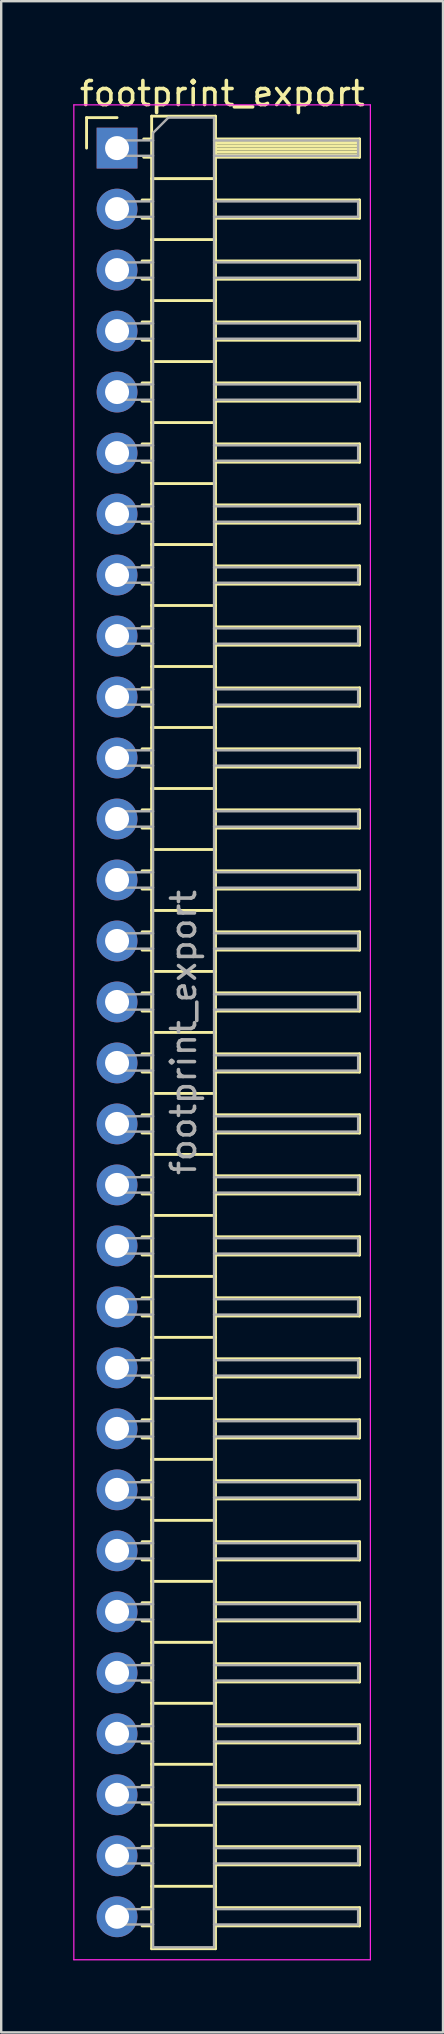
<source format=kicad_pcb>
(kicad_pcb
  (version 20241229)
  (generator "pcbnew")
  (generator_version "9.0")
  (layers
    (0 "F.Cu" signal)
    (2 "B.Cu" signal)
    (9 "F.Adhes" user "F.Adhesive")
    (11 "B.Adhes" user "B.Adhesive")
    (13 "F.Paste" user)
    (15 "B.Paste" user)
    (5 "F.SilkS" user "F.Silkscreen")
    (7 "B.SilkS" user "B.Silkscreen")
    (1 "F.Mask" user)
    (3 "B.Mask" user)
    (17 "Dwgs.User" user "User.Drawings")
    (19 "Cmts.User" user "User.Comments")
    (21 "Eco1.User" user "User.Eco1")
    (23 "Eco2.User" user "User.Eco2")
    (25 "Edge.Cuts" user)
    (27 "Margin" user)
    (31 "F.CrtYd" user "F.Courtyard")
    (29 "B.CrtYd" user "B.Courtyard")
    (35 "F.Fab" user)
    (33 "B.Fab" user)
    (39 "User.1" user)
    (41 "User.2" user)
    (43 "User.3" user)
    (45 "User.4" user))
  (footprint "footprint_export"
    (layer "F.Cu")
    (at 1.825 3.118)
    (property "Reference" "footprint_export" (at 4.385 -2.27 0) (layer "F.SilkS") (effects (font (size 1 1) (thickness 0.15))))
    (attr through_hole)
    (fp_line (start -1.27 -1.27) (end 0 -1.27) (stroke (width 0.12) (type solid)) (layer "F.SilkS"))
    (fp_line (start -1.27 0) (end -1.27 -1.27) (stroke (width 0.12) (type solid)) (layer "F.SilkS"))
    (fp_line (start 1.043 2.16) (end 1.44 2.16) (stroke (width 0.12) (type solid)) (layer "F.SilkS"))
    (fp_line (start 1.043 2.92) (end 1.44 2.92) (stroke (width 0.12) (type solid)) (layer "F.SilkS"))
    (fp_line (start 1.043 4.7) (end 1.44 4.7) (stroke (width 0.12) (type solid)) (layer "F.SilkS"))
    (fp_line (start 1.043 5.46) (end 1.44 5.46) (stroke (width 0.12) (type solid)) (layer "F.SilkS"))
    (fp_line (start 1.043 7.24) (end 1.44 7.24) (stroke (width 0.12) (type solid)) (layer "F.SilkS"))
    (fp_line (start 1.043 8) (end 1.44 8) (stroke (width 0.12) (type solid)) (layer "F.SilkS"))
    (fp_line (start 1.043 9.78) (end 1.44 9.78) (stroke (width 0.12) (type solid)) (layer "F.SilkS"))
    (fp_line (start 1.043 10.54) (end 1.44 10.54) (stroke (width 0.12) (type solid)) (layer "F.SilkS"))
    (fp_line (start 1.043 12.32) (end 1.44 12.32) (stroke (width 0.12) (type solid)) (layer "F.SilkS"))
    (fp_line (start 1.043 13.08) (end 1.44 13.08) (stroke (width 0.12) (type solid)) (layer "F.SilkS"))
    (fp_line (start 1.043 14.86) (end 1.44 14.86) (stroke (width 0.12) (type solid)) (layer "F.SilkS"))
    (fp_line (start 1.043 15.62) (end 1.44 15.62) (stroke (width 0.12) (type solid)) (layer "F.SilkS"))
    (fp_line (start 1.043 17.4) (end 1.44 17.4) (stroke (width 0.12) (type solid)) (layer "F.SilkS"))
    (fp_line (start 1.043 18.16) (end 1.44 18.16) (stroke (width 0.12) (type solid)) (layer "F.SilkS"))
    (fp_line (start 1.043 19.94) (end 1.44 19.94) (stroke (width 0.12) (type solid)) (layer "F.SilkS"))
    (fp_line (start 1.043 20.7) (end 1.44 20.7) (stroke (width 0.12) (type solid)) (layer "F.SilkS"))
    (fp_line (start 1.043 22.48) (end 1.44 22.48) (stroke (width 0.12) (type solid)) (layer "F.SilkS"))
    (fp_line (start 1.043 23.24) (end 1.44 23.24) (stroke (width 0.12) (type solid)) (layer "F.SilkS"))
    (fp_line (start 1.043 25.02) (end 1.44 25.02) (stroke (width 0.12) (type solid)) (layer "F.SilkS"))
    (fp_line (start 1.043 25.78) (end 1.44 25.78) (stroke (width 0.12) (type solid)) (layer "F.SilkS"))
    (fp_line (start 1.043 27.56) (end 1.44 27.56) (stroke (width 0.12) (type solid)) (layer "F.SilkS"))
    (fp_line (start 1.043 28.32) (end 1.44 28.32) (stroke (width 0.12) (type solid)) (layer "F.SilkS"))
    (fp_line (start 1.043 30.1) (end 1.44 30.1) (stroke (width 0.12) (type solid)) (layer "F.SilkS"))
    (fp_line (start 1.043 30.86) (end 1.44 30.86) (stroke (width 0.12) (type solid)) (layer "F.SilkS"))
    (fp_line (start 1.043 32.64) (end 1.44 32.64) (stroke (width 0.12) (type solid)) (layer "F.SilkS"))
    (fp_line (start 1.043 33.4) (end 1.44 33.4) (stroke (width 0.12) (type solid)) (layer "F.SilkS"))
    (fp_line (start 1.043 35.18) (end 1.44 35.18) (stroke (width 0.12) (type solid)) (layer "F.SilkS"))
    (fp_line (start 1.043 35.94) (end 1.44 35.94) (stroke (width 0.12) (type solid)) (layer "F.SilkS"))
    (fp_line (start 1.043 37.72) (end 1.44 37.72) (stroke (width 0.12) (type solid)) (layer "F.SilkS"))
    (fp_line (start 1.043 38.48) (end 1.44 38.48) (stroke (width 0.12) (type solid)) (layer "F.SilkS"))
    (fp_line (start 1.043 40.26) (end 1.44 40.26) (stroke (width 0.12) (type solid)) (layer "F.SilkS"))
    (fp_line (start 1.043 41.02) (end 1.44 41.02) (stroke (width 0.12) (type solid)) (layer "F.SilkS"))
    (fp_line (start 1.043 42.8) (end 1.44 42.8) (stroke (width 0.12) (type solid)) (layer "F.SilkS"))
    (fp_line (start 1.043 43.56) (end 1.44 43.56) (stroke (width 0.12) (type solid)) (layer "F.SilkS"))
    (fp_line (start 1.043 45.34) (end 1.44 45.34) (stroke (width 0.12) (type solid)) (layer "F.SilkS"))
    (fp_line (start 1.043 46.1) (end 1.44 46.1) (stroke (width 0.12) (type solid)) (layer "F.SilkS"))
    (fp_line (start 1.043 47.88) (end 1.44 47.88) (stroke (width 0.12) (type solid)) (layer "F.SilkS"))
    (fp_line (start 1.043 48.64) (end 1.44 48.64) (stroke (width 0.12) (type solid)) (layer "F.SilkS"))
    (fp_line (start 1.043 50.42) (end 1.44 50.42) (stroke (width 0.12) (type solid)) (layer "F.SilkS"))
    (fp_line (start 1.043 51.18) (end 1.44 51.18) (stroke (width 0.12) (type solid)) (layer "F.SilkS"))
    (fp_line (start 1.043 52.96) (end 1.44 52.96) (stroke (width 0.12) (type solid)) (layer "F.SilkS"))
    (fp_line (start 1.043 53.72) (end 1.44 53.72) (stroke (width 0.12) (type solid)) (layer "F.SilkS"))
    (fp_line (start 1.043 55.5) (end 1.44 55.5) (stroke (width 0.12) (type solid)) (layer "F.SilkS"))
    (fp_line (start 1.043 56.26) (end 1.44 56.26) (stroke (width 0.12) (type solid)) (layer "F.SilkS"))
    (fp_line (start 1.043 58.04) (end 1.44 58.04) (stroke (width 0.12) (type solid)) (layer "F.SilkS"))
    (fp_line (start 1.043 58.8) (end 1.44 58.8) (stroke (width 0.12) (type solid)) (layer "F.SilkS"))
    (fp_line (start 1.043 60.58) (end 1.44 60.58) (stroke (width 0.12) (type solid)) (layer "F.SilkS"))
    (fp_line (start 1.043 61.34) (end 1.44 61.34) (stroke (width 0.12) (type solid)) (layer "F.SilkS"))
    (fp_line (start 1.043 63.12) (end 1.44 63.12) (stroke (width 0.12) (type solid)) (layer "F.SilkS"))
    (fp_line (start 1.043 63.88) (end 1.44 63.88) (stroke (width 0.12) (type solid)) (layer "F.SilkS"))
    (fp_line (start 1.043 65.66) (end 1.44 65.66) (stroke (width 0.12) (type solid)) (layer "F.SilkS"))
    (fp_line (start 1.043 66.42) (end 1.44 66.42) (stroke (width 0.12) (type solid)) (layer "F.SilkS"))
    (fp_line (start 1.043 68.2) (end 1.44 68.2) (stroke (width 0.12) (type solid)) (layer "F.SilkS"))
    (fp_line (start 1.043 68.96) (end 1.44 68.96) (stroke (width 0.12) (type solid)) (layer "F.SilkS"))
    (fp_line (start 1.043 70.74) (end 1.44 70.74) (stroke (width 0.12) (type solid)) (layer "F.SilkS"))
    (fp_line (start 1.043 71.5) (end 1.44 71.5) (stroke (width 0.12) (type solid)) (layer "F.SilkS"))
    (fp_line (start 1.043 73.28) (end 1.44 73.28) (stroke (width 0.12) (type solid)) (layer "F.SilkS"))
    (fp_line (start 1.043 74.04) (end 1.44 74.04) (stroke (width 0.12) (type solid)) (layer "F.SilkS"))
    (fp_line (start 1.11 -0.38) (end 1.44 -0.38) (stroke (width 0.12) (type solid)) (layer "F.SilkS"))
    (fp_line (start 1.11 0.38) (end 1.44 0.38) (stroke (width 0.12) (type solid)) (layer "F.SilkS"))
    (fp_line (start 1.44 -1.33) (end 1.44 74.99) (stroke (width 0.12) (type solid)) (layer "F.SilkS"))
    (fp_line (start 1.44 1.27) (end 4.1 1.27) (stroke (width 0.12) (type solid)) (layer "F.SilkS"))
    (fp_line (start 1.44 3.81) (end 4.1 3.81) (stroke (width 0.12) (type solid)) (layer "F.SilkS"))
    (fp_line (start 1.44 6.35) (end 4.1 6.35) (stroke (width 0.12) (type solid)) (layer "F.SilkS"))
    (fp_line (start 1.44 8.89) (end 4.1 8.89) (stroke (width 0.12) (type solid)) (layer "F.SilkS"))
    (fp_line (start 1.44 11.43) (end 4.1 11.43) (stroke (width 0.12) (type solid)) (layer "F.SilkS"))
    (fp_line (start 1.44 13.97) (end 4.1 13.97) (stroke (width 0.12) (type solid)) (layer "F.SilkS"))
    (fp_line (start 1.44 16.51) (end 4.1 16.51) (stroke (width 0.12) (type solid)) (layer "F.SilkS"))
    (fp_line (start 1.44 19.05) (end 4.1 19.05) (stroke (width 0.12) (type solid)) (layer "F.SilkS"))
    (fp_line (start 1.44 21.59) (end 4.1 21.59) (stroke (width 0.12) (type solid)) (layer "F.SilkS"))
    (fp_line (start 1.44 24.13) (end 4.1 24.13) (stroke (width 0.12) (type solid)) (layer "F.SilkS"))
    (fp_line (start 1.44 26.67) (end 4.1 26.67) (stroke (width 0.12) (type solid)) (layer "F.SilkS"))
    (fp_line (start 1.44 29.21) (end 4.1 29.21) (stroke (width 0.12) (type solid)) (layer "F.SilkS"))
    (fp_line (start 1.44 31.75) (end 4.1 31.75) (stroke (width 0.12) (type solid)) (layer "F.SilkS"))
    (fp_line (start 1.44 34.29) (end 4.1 34.29) (stroke (width 0.12) (type solid)) (layer "F.SilkS"))
    (fp_line (start 1.44 36.83) (end 4.1 36.83) (stroke (width 0.12) (type solid)) (layer "F.SilkS"))
    (fp_line (start 1.44 39.37) (end 4.1 39.37) (stroke (width 0.12) (type solid)) (layer "F.SilkS"))
    (fp_line (start 1.44 41.91) (end 4.1 41.91) (stroke (width 0.12) (type solid)) (layer "F.SilkS"))
    (fp_line (start 1.44 44.45) (end 4.1 44.45) (stroke (width 0.12) (type solid)) (layer "F.SilkS"))
    (fp_line (start 1.44 46.99) (end 4.1 46.99) (stroke (width 0.12) (type solid)) (layer "F.SilkS"))
    (fp_line (start 1.44 49.53) (end 4.1 49.53) (stroke (width 0.12) (type solid)) (layer "F.SilkS"))
    (fp_line (start 1.44 52.07) (end 4.1 52.07) (stroke (width 0.12) (type solid)) (layer "F.SilkS"))
    (fp_line (start 1.44 54.61) (end 4.1 54.61) (stroke (width 0.12) (type solid)) (layer "F.SilkS"))
    (fp_line (start 1.44 57.15) (end 4.1 57.15) (stroke (width 0.12) (type solid)) (layer "F.SilkS"))
    (fp_line (start 1.44 59.69) (end 4.1 59.69) (stroke (width 0.12) (type solid)) (layer "F.SilkS"))
    (fp_line (start 1.44 62.23) (end 4.1 62.23) (stroke (width 0.12) (type solid)) (layer "F.SilkS"))
    (fp_line (start 1.44 64.77) (end 4.1 64.77) (stroke (width 0.12) (type solid)) (layer "F.SilkS"))
    (fp_line (start 1.44 67.31) (end 4.1 67.31) (stroke (width 0.12) (type solid)) (layer "F.SilkS"))
    (fp_line (start 1.44 69.85) (end 4.1 69.85) (stroke (width 0.12) (type solid)) (layer "F.SilkS"))
    (fp_line (start 1.44 72.39) (end 4.1 72.39) (stroke (width 0.12) (type solid)) (layer "F.SilkS"))
    (fp_line (start 1.44 74.99) (end 4.1 74.99) (stroke (width 0.12) (type solid)) (layer "F.SilkS"))
    (fp_line (start 4.1 -1.33) (end 1.44 -1.33) (stroke (width 0.12) (type solid)) (layer "F.SilkS"))
    (fp_line (start 4.1 -0.38) (end 10.1 -0.38) (stroke (width 0.12) (type solid)) (layer "F.SilkS"))
    (fp_line (start 4.1 -0.32) (end 10.1 -0.32) (stroke (width 0.12) (type solid)) (layer "F.SilkS"))
    (fp_line (start 4.1 -0.2) (end 10.1 -0.2) (stroke (width 0.12) (type solid)) (layer "F.SilkS"))
    (fp_line (start 4.1 -0.08) (end 10.1 -0.08) (stroke (width 0.12) (type solid)) (layer "F.SilkS"))
    (fp_line (start 4.1 0.04) (end 10.1 0.04) (stroke (width 0.12) (type solid)) (layer "F.SilkS"))
    (fp_line (start 4.1 0.16) (end 10.1 0.16) (stroke (width 0.12) (type solid)) (layer "F.SilkS"))
    (fp_line (start 4.1 0.28) (end 10.1 0.28) (stroke (width 0.12) (type solid)) (layer "F.SilkS"))
    (fp_line (start 4.1 2.16) (end 10.1 2.16) (stroke (width 0.12) (type solid)) (layer "F.SilkS"))
    (fp_line (start 4.1 4.7) (end 10.1 4.7) (stroke (width 0.12) (type solid)) (layer "F.SilkS"))
    (fp_line (start 4.1 7.24) (end 10.1 7.24) (stroke (width 0.12) (type solid)) (layer "F.SilkS"))
    (fp_line (start 4.1 9.78) (end 10.1 9.78) (stroke (width 0.12) (type solid)) (layer "F.SilkS"))
    (fp_line (start 4.1 12.32) (end 10.1 12.32) (stroke (width 0.12) (type solid)) (layer "F.SilkS"))
    (fp_line (start 4.1 14.86) (end 10.1 14.86) (stroke (width 0.12) (type solid)) (layer "F.SilkS"))
    (fp_line (start 4.1 17.4) (end 10.1 17.4) (stroke (width 0.12) (type solid)) (layer "F.SilkS"))
    (fp_line (start 4.1 19.94) (end 10.1 19.94) (stroke (width 0.12) (type solid)) (layer "F.SilkS"))
    (fp_line (start 4.1 22.48) (end 10.1 22.48) (stroke (width 0.12) (type solid)) (layer "F.SilkS"))
    (fp_line (start 4.1 25.02) (end 10.1 25.02) (stroke (width 0.12) (type solid)) (layer "F.SilkS"))
    (fp_line (start 4.1 27.56) (end 10.1 27.56) (stroke (width 0.12) (type solid)) (layer "F.SilkS"))
    (fp_line (start 4.1 30.1) (end 10.1 30.1) (stroke (width 0.12) (type solid)) (layer "F.SilkS"))
    (fp_line (start 4.1 32.64) (end 10.1 32.64) (stroke (width 0.12) (type solid)) (layer "F.SilkS"))
    (fp_line (start 4.1 35.18) (end 10.1 35.18) (stroke (width 0.12) (type solid)) (layer "F.SilkS"))
    (fp_line (start 4.1 37.72) (end 10.1 37.72) (stroke (width 0.12) (type solid)) (layer "F.SilkS"))
    (fp_line (start 4.1 40.26) (end 10.1 40.26) (stroke (width 0.12) (type solid)) (layer "F.SilkS"))
    (fp_line (start 4.1 42.8) (end 10.1 42.8) (stroke (width 0.12) (type solid)) (layer "F.SilkS"))
    (fp_line (start 4.1 45.34) (end 10.1 45.34) (stroke (width 0.12) (type solid)) (layer "F.SilkS"))
    (fp_line (start 4.1 47.88) (end 10.1 47.88) (stroke (width 0.12) (type solid)) (layer "F.SilkS"))
    (fp_line (start 4.1 50.42) (end 10.1 50.42) (stroke (width 0.12) (type solid)) (layer "F.SilkS"))
    (fp_line (start 4.1 52.96) (end 10.1 52.96) (stroke (width 0.12) (type solid)) (layer "F.SilkS"))
    (fp_line (start 4.1 55.5) (end 10.1 55.5) (stroke (width 0.12) (type solid)) (layer "F.SilkS"))
    (fp_line (start 4.1 58.04) (end 10.1 58.04) (stroke (width 0.12) (type solid)) (layer "F.SilkS"))
    (fp_line (start 4.1 60.58) (end 10.1 60.58) (stroke (width 0.12) (type solid)) (layer "F.SilkS"))
    (fp_line (start 4.1 63.12) (end 10.1 63.12) (stroke (width 0.12) (type solid)) (layer "F.SilkS"))
    (fp_line (start 4.1 65.66) (end 10.1 65.66) (stroke (width 0.12) (type solid)) (layer "F.SilkS"))
    (fp_line (start 4.1 68.2) (end 10.1 68.2) (stroke (width 0.12) (type solid)) (layer "F.SilkS"))
    (fp_line (start 4.1 70.74) (end 10.1 70.74) (stroke (width 0.12) (type solid)) (layer "F.SilkS"))
    (fp_line (start 4.1 73.28) (end 10.1 73.28) (stroke (width 0.12) (type solid)) (layer "F.SilkS"))
    (fp_line (start 4.1 74.99) (end 4.1 -1.33) (stroke (width 0.12) (type solid)) (layer "F.SilkS"))
    (fp_line (start 10.1 -0.38) (end 10.1 0.38) (stroke (width 0.12) (type solid)) (layer "F.SilkS"))
    (fp_line (start 10.1 0.38) (end 4.1 0.38) (stroke (width 0.12) (type solid)) (layer "F.SilkS"))
    (fp_line (start 10.1 2.16) (end 10.1 2.92) (stroke (width 0.12) (type solid)) (layer "F.SilkS"))
    (fp_line (start 10.1 2.92) (end 4.1 2.92) (stroke (width 0.12) (type solid)) (layer "F.SilkS"))
    (fp_line (start 10.1 4.7) (end 10.1 5.46) (stroke (width 0.12) (type solid)) (layer "F.SilkS"))
    (fp_line (start 10.1 5.46) (end 4.1 5.46) (stroke (width 0.12) (type solid)) (layer "F.SilkS"))
    (fp_line (start 10.1 7.24) (end 10.1 8) (stroke (width 0.12) (type solid)) (layer "F.SilkS"))
    (fp_line (start 10.1 8) (end 4.1 8) (stroke (width 0.12) (type solid)) (layer "F.SilkS"))
    (fp_line (start 10.1 9.78) (end 10.1 10.54) (stroke (width 0.12) (type solid)) (layer "F.SilkS"))
    (fp_line (start 10.1 10.54) (end 4.1 10.54) (stroke (width 0.12) (type solid)) (layer "F.SilkS"))
    (fp_line (start 10.1 12.32) (end 10.1 13.08) (stroke (width 0.12) (type solid)) (layer "F.SilkS"))
    (fp_line (start 10.1 13.08) (end 4.1 13.08) (stroke (width 0.12) (type solid)) (layer "F.SilkS"))
    (fp_line (start 10.1 14.86) (end 10.1 15.62) (stroke (width 0.12) (type solid)) (layer "F.SilkS"))
    (fp_line (start 10.1 15.62) (end 4.1 15.62) (stroke (width 0.12) (type solid)) (layer "F.SilkS"))
    (fp_line (start 10.1 17.4) (end 10.1 18.16) (stroke (width 0.12) (type solid)) (layer "F.SilkS"))
    (fp_line (start 10.1 18.16) (end 4.1 18.16) (stroke (width 0.12) (type solid)) (layer "F.SilkS"))
    (fp_line (start 10.1 19.94) (end 10.1 20.7) (stroke (width 0.12) (type solid)) (layer "F.SilkS"))
    (fp_line (start 10.1 20.7) (end 4.1 20.7) (stroke (width 0.12) (type solid)) (layer "F.SilkS"))
    (fp_line (start 10.1 22.48) (end 10.1 23.24) (stroke (width 0.12) (type solid)) (layer "F.SilkS"))
    (fp_line (start 10.1 23.24) (end 4.1 23.24) (stroke (width 0.12) (type solid)) (layer "F.SilkS"))
    (fp_line (start 10.1 25.02) (end 10.1 25.78) (stroke (width 0.12) (type solid)) (layer "F.SilkS"))
    (fp_line (start 10.1 25.78) (end 4.1 25.78) (stroke (width 0.12) (type solid)) (layer "F.SilkS"))
    (fp_line (start 10.1 27.56) (end 10.1 28.32) (stroke (width 0.12) (type solid)) (layer "F.SilkS"))
    (fp_line (start 10.1 28.32) (end 4.1 28.32) (stroke (width 0.12) (type solid)) (layer "F.SilkS"))
    (fp_line (start 10.1 30.1) (end 10.1 30.86) (stroke (width 0.12) (type solid)) (layer "F.SilkS"))
    (fp_line (start 10.1 30.86) (end 4.1 30.86) (stroke (width 0.12) (type solid)) (layer "F.SilkS"))
    (fp_line (start 10.1 32.64) (end 10.1 33.4) (stroke (width 0.12) (type solid)) (layer "F.SilkS"))
    (fp_line (start 10.1 33.4) (end 4.1 33.4) (stroke (width 0.12) (type solid)) (layer "F.SilkS"))
    (fp_line (start 10.1 35.18) (end 10.1 35.94) (stroke (width 0.12) (type solid)) (layer "F.SilkS"))
    (fp_line (start 10.1 35.94) (end 4.1 35.94) (stroke (width 0.12) (type solid)) (layer "F.SilkS"))
    (fp_line (start 10.1 37.72) (end 10.1 38.48) (stroke (width 0.12) (type solid)) (layer "F.SilkS"))
    (fp_line (start 10.1 38.48) (end 4.1 38.48) (stroke (width 0.12) (type solid)) (layer "F.SilkS"))
    (fp_line (start 10.1 40.26) (end 10.1 41.02) (stroke (width 0.12) (type solid)) (layer "F.SilkS"))
    (fp_line (start 10.1 41.02) (end 4.1 41.02) (stroke (width 0.12) (type solid)) (layer "F.SilkS"))
    (fp_line (start 10.1 42.8) (end 10.1 43.56) (stroke (width 0.12) (type solid)) (layer "F.SilkS"))
    (fp_line (start 10.1 43.56) (end 4.1 43.56) (stroke (width 0.12) (type solid)) (layer "F.SilkS"))
    (fp_line (start 10.1 45.34) (end 10.1 46.1) (stroke (width 0.12) (type solid)) (layer "F.SilkS"))
    (fp_line (start 10.1 46.1) (end 4.1 46.1) (stroke (width 0.12) (type solid)) (layer "F.SilkS"))
    (fp_line (start 10.1 47.88) (end 10.1 48.64) (stroke (width 0.12) (type solid)) (layer "F.SilkS"))
    (fp_line (start 10.1 48.64) (end 4.1 48.64) (stroke (width 0.12) (type solid)) (layer "F.SilkS"))
    (fp_line (start 10.1 50.42) (end 10.1 51.18) (stroke (width 0.12) (type solid)) (layer "F.SilkS"))
    (fp_line (start 10.1 51.18) (end 4.1 51.18) (stroke (width 0.12) (type solid)) (layer "F.SilkS"))
    (fp_line (start 10.1 52.96) (end 10.1 53.72) (stroke (width 0.12) (type solid)) (layer "F.SilkS"))
    (fp_line (start 10.1 53.72) (end 4.1 53.72) (stroke (width 0.12) (type solid)) (layer "F.SilkS"))
    (fp_line (start 10.1 55.5) (end 10.1 56.26) (stroke (width 0.12) (type solid)) (layer "F.SilkS"))
    (fp_line (start 10.1 56.26) (end 4.1 56.26) (stroke (width 0.12) (type solid)) (layer "F.SilkS"))
    (fp_line (start 10.1 58.04) (end 10.1 58.8) (stroke (width 0.12) (type solid)) (layer "F.SilkS"))
    (fp_line (start 10.1 58.8) (end 4.1 58.8) (stroke (width 0.12) (type solid)) (layer "F.SilkS"))
    (fp_line (start 10.1 60.58) (end 10.1 61.34) (stroke (width 0.12) (type solid)) (layer "F.SilkS"))
    (fp_line (start 10.1 61.34) (end 4.1 61.34) (stroke (width 0.12) (type solid)) (layer "F.SilkS"))
    (fp_line (start 10.1 63.12) (end 10.1 63.88) (stroke (width 0.12) (type solid)) (layer "F.SilkS"))
    (fp_line (start 10.1 63.88) (end 4.1 63.88) (stroke (width 0.12) (type solid)) (layer "F.SilkS"))
    (fp_line (start 10.1 65.66) (end 10.1 66.42) (stroke (width 0.12) (type solid)) (layer "F.SilkS"))
    (fp_line (start 10.1 66.42) (end 4.1 66.42) (stroke (width 0.12) (type solid)) (layer "F.SilkS"))
    (fp_line (start 10.1 68.2) (end 10.1 68.96) (stroke (width 0.12) (type solid)) (layer "F.SilkS"))
    (fp_line (start 10.1 68.96) (end 4.1 68.96) (stroke (width 0.12) (type solid)) (layer "F.SilkS"))
    (fp_line (start 10.1 70.74) (end 10.1 71.5) (stroke (width 0.12) (type solid)) (layer "F.SilkS"))
    (fp_line (start 10.1 71.5) (end 4.1 71.5) (stroke (width 0.12) (type solid)) (layer "F.SilkS"))
    (fp_line (start 10.1 73.28) (end 10.1 74.04) (stroke (width 0.12) (type solid)) (layer "F.SilkS"))
    (fp_line (start 10.1 74.04) (end 4.1 74.04) (stroke (width 0.12) (type solid)) (layer "F.SilkS"))
    (fp_line (start -1.8 -1.8) (end -1.8 75.45) (stroke (width 0.05) (type solid)) (layer "F.CrtYd"))
    (fp_line (start -1.8 75.45) (end 10.55 75.45) (stroke (width 0.05) (type solid)) (layer "F.CrtYd"))
    (fp_line (start 10.55 -1.8) (end -1.8 -1.8) (stroke (width 0.05) (type solid)) (layer "F.CrtYd"))
    (fp_line (start 10.55 75.45) (end 10.55 -1.8) (stroke (width 0.05) (type solid)) (layer "F.CrtYd"))
    (fp_line (start -0.32 -0.32) (end -0.32 0.32) (stroke (width 0.1) (type solid)) (layer "F.Fab"))
    (fp_line (start -0.32 -0.32) (end 1.5 -0.32) (stroke (width 0.1) (type solid)) (layer "F.Fab"))
    (fp_line (start -0.32 0.32) (end 1.5 0.32) (stroke (width 0.1) (type solid)) (layer "F.Fab"))
    (fp_line (start -0.32 2.22) (end -0.32 2.86) (stroke (width 0.1) (type solid)) (layer "F.Fab"))
    (fp_line (start -0.32 2.22) (end 1.5 2.22) (stroke (width 0.1) (type solid)) (layer "F.Fab"))
    (fp_line (start -0.32 2.86) (end 1.5 2.86) (stroke (width 0.1) (type solid)) (layer "F.Fab"))
    (fp_line (start -0.32 4.76) (end -0.32 5.4) (stroke (width 0.1) (type solid)) (layer "F.Fab"))
    (fp_line (start -0.32 4.76) (end 1.5 4.76) (stroke (width 0.1) (type solid)) (layer "F.Fab"))
    (fp_line (start -0.32 5.4) (end 1.5 5.4) (stroke (width 0.1) (type solid)) (layer "F.Fab"))
    (fp_line (start -0.32 7.3) (end -0.32 7.94) (stroke (width 0.1) (type solid)) (layer "F.Fab"))
    (fp_line (start -0.32 7.3) (end 1.5 7.3) (stroke (width 0.1) (type solid)) (layer "F.Fab"))
    (fp_line (start -0.32 7.94) (end 1.5 7.94) (stroke (width 0.1) (type solid)) (layer "F.Fab"))
    (fp_line (start -0.32 9.84) (end -0.32 10.48) (stroke (width 0.1) (type solid)) (layer "F.Fab"))
    (fp_line (start -0.32 9.84) (end 1.5 9.84) (stroke (width 0.1) (type solid)) (layer "F.Fab"))
    (fp_line (start -0.32 10.48) (end 1.5 10.48) (stroke (width 0.1) (type solid)) (layer "F.Fab"))
    (fp_line (start -0.32 12.38) (end -0.32 13.02) (stroke (width 0.1) (type solid)) (layer "F.Fab"))
    (fp_line (start -0.32 12.38) (end 1.5 12.38) (stroke (width 0.1) (type solid)) (layer "F.Fab"))
    (fp_line (start -0.32 13.02) (end 1.5 13.02) (stroke (width 0.1) (type solid)) (layer "F.Fab"))
    (fp_line (start -0.32 14.92) (end -0.32 15.56) (stroke (width 0.1) (type solid)) (layer "F.Fab"))
    (fp_line (start -0.32 14.92) (end 1.5 14.92) (stroke (width 0.1) (type solid)) (layer "F.Fab"))
    (fp_line (start -0.32 15.56) (end 1.5 15.56) (stroke (width 0.1) (type solid)) (layer "F.Fab"))
    (fp_line (start -0.32 17.46) (end -0.32 18.1) (stroke (width 0.1) (type solid)) (layer "F.Fab"))
    (fp_line (start -0.32 17.46) (end 1.5 17.46) (stroke (width 0.1) (type solid)) (layer "F.Fab"))
    (fp_line (start -0.32 18.1) (end 1.5 18.1) (stroke (width 0.1) (type solid)) (layer "F.Fab"))
    (fp_line (start -0.32 20) (end -0.32 20.64) (stroke (width 0.1) (type solid)) (layer "F.Fab"))
    (fp_line (start -0.32 20) (end 1.5 20) (stroke (width 0.1) (type solid)) (layer "F.Fab"))
    (fp_line (start -0.32 20.64) (end 1.5 20.64) (stroke (width 0.1) (type solid)) (layer "F.Fab"))
    (fp_line (start -0.32 22.54) (end -0.32 23.18) (stroke (width 0.1) (type solid)) (layer "F.Fab"))
    (fp_line (start -0.32 22.54) (end 1.5 22.54) (stroke (width 0.1) (type solid)) (layer "F.Fab"))
    (fp_line (start -0.32 23.18) (end 1.5 23.18) (stroke (width 0.1) (type solid)) (layer "F.Fab"))
    (fp_line (start -0.32 25.08) (end -0.32 25.72) (stroke (width 0.1) (type solid)) (layer "F.Fab"))
    (fp_line (start -0.32 25.08) (end 1.5 25.08) (stroke (width 0.1) (type solid)) (layer "F.Fab"))
    (fp_line (start -0.32 25.72) (end 1.5 25.72) (stroke (width 0.1) (type solid)) (layer "F.Fab"))
    (fp_line (start -0.32 27.62) (end -0.32 28.26) (stroke (width 0.1) (type solid)) (layer "F.Fab"))
    (fp_line (start -0.32 27.62) (end 1.5 27.62) (stroke (width 0.1) (type solid)) (layer "F.Fab"))
    (fp_line (start -0.32 28.26) (end 1.5 28.26) (stroke (width 0.1) (type solid)) (layer "F.Fab"))
    (fp_line (start -0.32 30.16) (end -0.32 30.8) (stroke (width 0.1) (type solid)) (layer "F.Fab"))
    (fp_line (start -0.32 30.16) (end 1.5 30.16) (stroke (width 0.1) (type solid)) (layer "F.Fab"))
    (fp_line (start -0.32 30.8) (end 1.5 30.8) (stroke (width 0.1) (type solid)) (layer "F.Fab"))
    (fp_line (start -0.32 32.7) (end -0.32 33.34) (stroke (width 0.1) (type solid)) (layer "F.Fab"))
    (fp_line (start -0.32 32.7) (end 1.5 32.7) (stroke (width 0.1) (type solid)) (layer "F.Fab"))
    (fp_line (start -0.32 33.34) (end 1.5 33.34) (stroke (width 0.1) (type solid)) (layer "F.Fab"))
    (fp_line (start -0.32 35.24) (end -0.32 35.88) (stroke (width 0.1) (type solid)) (layer "F.Fab"))
    (fp_line (start -0.32 35.24) (end 1.5 35.24) (stroke (width 0.1) (type solid)) (layer "F.Fab"))
    (fp_line (start -0.32 35.88) (end 1.5 35.88) (stroke (width 0.1) (type solid)) (layer "F.Fab"))
    (fp_line (start -0.32 37.78) (end -0.32 38.42) (stroke (width 0.1) (type solid)) (layer "F.Fab"))
    (fp_line (start -0.32 37.78) (end 1.5 37.78) (stroke (width 0.1) (type solid)) (layer "F.Fab"))
    (fp_line (start -0.32 38.42) (end 1.5 38.42) (stroke (width 0.1) (type solid)) (layer "F.Fab"))
    (fp_line (start -0.32 40.32) (end -0.32 40.96) (stroke (width 0.1) (type solid)) (layer "F.Fab"))
    (fp_line (start -0.32 40.32) (end 1.5 40.32) (stroke (width 0.1) (type solid)) (layer "F.Fab"))
    (fp_line (start -0.32 40.96) (end 1.5 40.96) (stroke (width 0.1) (type solid)) (layer "F.Fab"))
    (fp_line (start -0.32 42.86) (end -0.32 43.5) (stroke (width 0.1) (type solid)) (layer "F.Fab"))
    (fp_line (start -0.32 42.86) (end 1.5 42.86) (stroke (width 0.1) (type solid)) (layer "F.Fab"))
    (fp_line (start -0.32 43.5) (end 1.5 43.5) (stroke (width 0.1) (type solid)) (layer "F.Fab"))
    (fp_line (start -0.32 45.4) (end -0.32 46.04) (stroke (width 0.1) (type solid)) (layer "F.Fab"))
    (fp_line (start -0.32 45.4) (end 1.5 45.4) (stroke (width 0.1) (type solid)) (layer "F.Fab"))
    (fp_line (start -0.32 46.04) (end 1.5 46.04) (stroke (width 0.1) (type solid)) (layer "F.Fab"))
    (fp_line (start -0.32 47.94) (end -0.32 48.58) (stroke (width 0.1) (type solid)) (layer "F.Fab"))
    (fp_line (start -0.32 47.94) (end 1.5 47.94) (stroke (width 0.1) (type solid)) (layer "F.Fab"))
    (fp_line (start -0.32 48.58) (end 1.5 48.58) (stroke (width 0.1) (type solid)) (layer "F.Fab"))
    (fp_line (start -0.32 50.48) (end -0.32 51.12) (stroke (width 0.1) (type solid)) (layer "F.Fab"))
    (fp_line (start -0.32 50.48) (end 1.5 50.48) (stroke (width 0.1) (type solid)) (layer "F.Fab"))
    (fp_line (start -0.32 51.12) (end 1.5 51.12) (stroke (width 0.1) (type solid)) (layer "F.Fab"))
    (fp_line (start -0.32 53.02) (end -0.32 53.66) (stroke (width 0.1) (type solid)) (layer "F.Fab"))
    (fp_line (start -0.32 53.02) (end 1.5 53.02) (stroke (width 0.1) (type solid)) (layer "F.Fab"))
    (fp_line (start -0.32 53.66) (end 1.5 53.66) (stroke (width 0.1) (type solid)) (layer "F.Fab"))
    (fp_line (start -0.32 55.56) (end -0.32 56.2) (stroke (width 0.1) (type solid)) (layer "F.Fab"))
    (fp_line (start -0.32 55.56) (end 1.5 55.56) (stroke (width 0.1) (type solid)) (layer "F.Fab"))
    (fp_line (start -0.32 56.2) (end 1.5 56.2) (stroke (width 0.1) (type solid)) (layer "F.Fab"))
    (fp_line (start -0.32 58.1) (end -0.32 58.74) (stroke (width 0.1) (type solid)) (layer "F.Fab"))
    (fp_line (start -0.32 58.1) (end 1.5 58.1) (stroke (width 0.1) (type solid)) (layer "F.Fab"))
    (fp_line (start -0.32 58.74) (end 1.5 58.74) (stroke (width 0.1) (type solid)) (layer "F.Fab"))
    (fp_line (start -0.32 60.64) (end -0.32 61.28) (stroke (width 0.1) (type solid)) (layer "F.Fab"))
    (fp_line (start -0.32 60.64) (end 1.5 60.64) (stroke (width 0.1) (type solid)) (layer "F.Fab"))
    (fp_line (start -0.32 61.28) (end 1.5 61.28) (stroke (width 0.1) (type solid)) (layer "F.Fab"))
    (fp_line (start -0.32 63.18) (end -0.32 63.82) (stroke (width 0.1) (type solid)) (layer "F.Fab"))
    (fp_line (start -0.32 63.18) (end 1.5 63.18) (stroke (width 0.1) (type solid)) (layer "F.Fab"))
    (fp_line (start -0.32 63.82) (end 1.5 63.82) (stroke (width 0.1) (type solid)) (layer "F.Fab"))
    (fp_line (start -0.32 65.72) (end -0.32 66.36) (stroke (width 0.1) (type solid)) (layer "F.Fab"))
    (fp_line (start -0.32 65.72) (end 1.5 65.72) (stroke (width 0.1) (type solid)) (layer "F.Fab"))
    (fp_line (start -0.32 66.36) (end 1.5 66.36) (stroke (width 0.1) (type solid)) (layer "F.Fab"))
    (fp_line (start -0.32 68.26) (end -0.32 68.9) (stroke (width 0.1) (type solid)) (layer "F.Fab"))
    (fp_line (start -0.32 68.26) (end 1.5 68.26) (stroke (width 0.1) (type solid)) (layer "F.Fab"))
    (fp_line (start -0.32 68.9) (end 1.5 68.9) (stroke (width 0.1) (type solid)) (layer "F.Fab"))
    (fp_line (start -0.32 70.8) (end -0.32 71.44) (stroke (width 0.1) (type solid)) (layer "F.Fab"))
    (fp_line (start -0.32 70.8) (end 1.5 70.8) (stroke (width 0.1) (type solid)) (layer "F.Fab"))
    (fp_line (start -0.32 71.44) (end 1.5 71.44) (stroke (width 0.1) (type solid)) (layer "F.Fab"))
    (fp_line (start -0.32 73.34) (end -0.32 73.98) (stroke (width 0.1) (type solid)) (layer "F.Fab"))
    (fp_line (start -0.32 73.34) (end 1.5 73.34) (stroke (width 0.1) (type solid)) (layer "F.Fab"))
    (fp_line (start -0.32 73.98) (end 1.5 73.98) (stroke (width 0.1) (type solid)) (layer "F.Fab"))
    (fp_line (start 1.5 -0.635) (end 2.135 -1.27) (stroke (width 0.1) (type solid)) (layer "F.Fab"))
    (fp_line (start 1.5 74.93) (end 1.5 -0.635) (stroke (width 0.1) (type solid)) (layer "F.Fab"))
    (fp_line (start 2.135 -1.27) (end 4.04 -1.27) (stroke (width 0.1) (type solid)) (layer "F.Fab"))
    (fp_line (start 4.04 -1.27) (end 4.04 74.93) (stroke (width 0.1) (type solid)) (layer "F.Fab"))
    (fp_line (start 4.04 -0.32) (end 10.04 -0.32) (stroke (width 0.1) (type solid)) (layer "F.Fab"))
    (fp_line (start 4.04 0.32) (end 10.04 0.32) (stroke (width 0.1) (type solid)) (layer "F.Fab"))
    (fp_line (start 4.04 2.22) (end 10.04 2.22) (stroke (width 0.1) (type solid)) (layer "F.Fab"))
    (fp_line (start 4.04 2.86) (end 10.04 2.86) (stroke (width 0.1) (type solid)) (layer "F.Fab"))
    (fp_line (start 4.04 4.76) (end 10.04 4.76) (stroke (width 0.1) (type solid)) (layer "F.Fab"))
    (fp_line (start 4.04 5.4) (end 10.04 5.4) (stroke (width 0.1) (type solid)) (layer "F.Fab"))
    (fp_line (start 4.04 7.3) (end 10.04 7.3) (stroke (width 0.1) (type solid)) (layer "F.Fab"))
    (fp_line (start 4.04 7.94) (end 10.04 7.94) (stroke (width 0.1) (type solid)) (layer "F.Fab"))
    (fp_line (start 4.04 9.84) (end 10.04 9.84) (stroke (width 0.1) (type solid)) (layer "F.Fab"))
    (fp_line (start 4.04 10.48) (end 10.04 10.48) (stroke (width 0.1) (type solid)) (layer "F.Fab"))
    (fp_line (start 4.04 12.38) (end 10.04 12.38) (stroke (width 0.1) (type solid)) (layer "F.Fab"))
    (fp_line (start 4.04 13.02) (end 10.04 13.02) (stroke (width 0.1) (type solid)) (layer "F.Fab"))
    (fp_line (start 4.04 14.92) (end 10.04 14.92) (stroke (width 0.1) (type solid)) (layer "F.Fab"))
    (fp_line (start 4.04 15.56) (end 10.04 15.56) (stroke (width 0.1) (type solid)) (layer "F.Fab"))
    (fp_line (start 4.04 17.46) (end 10.04 17.46) (stroke (width 0.1) (type solid)) (layer "F.Fab"))
    (fp_line (start 4.04 18.1) (end 10.04 18.1) (stroke (width 0.1) (type solid)) (layer "F.Fab"))
    (fp_line (start 4.04 20) (end 10.04 20) (stroke (width 0.1) (type solid)) (layer "F.Fab"))
    (fp_line (start 4.04 20.64) (end 10.04 20.64) (stroke (width 0.1) (type solid)) (layer "F.Fab"))
    (fp_line (start 4.04 22.54) (end 10.04 22.54) (stroke (width 0.1) (type solid)) (layer "F.Fab"))
    (fp_line (start 4.04 23.18) (end 10.04 23.18) (stroke (width 0.1) (type solid)) (layer "F.Fab"))
    (fp_line (start 4.04 25.08) (end 10.04 25.08) (stroke (width 0.1) (type solid)) (layer "F.Fab"))
    (fp_line (start 4.04 25.72) (end 10.04 25.72) (stroke (width 0.1) (type solid)) (layer "F.Fab"))
    (fp_line (start 4.04 27.62) (end 10.04 27.62) (stroke (width 0.1) (type solid)) (layer "F.Fab"))
    (fp_line (start 4.04 28.26) (end 10.04 28.26) (stroke (width 0.1) (type solid)) (layer "F.Fab"))
    (fp_line (start 4.04 30.16) (end 10.04 30.16) (stroke (width 0.1) (type solid)) (layer "F.Fab"))
    (fp_line (start 4.04 30.8) (end 10.04 30.8) (stroke (width 0.1) (type solid)) (layer "F.Fab"))
    (fp_line (start 4.04 32.7) (end 10.04 32.7) (stroke (width 0.1) (type solid)) (layer "F.Fab"))
    (fp_line (start 4.04 33.34) (end 10.04 33.34) (stroke (width 0.1) (type solid)) (layer "F.Fab"))
    (fp_line (start 4.04 35.24) (end 10.04 35.24) (stroke (width 0.1) (type solid)) (layer "F.Fab"))
    (fp_line (start 4.04 35.88) (end 10.04 35.88) (stroke (width 0.1) (type solid)) (layer "F.Fab"))
    (fp_line (start 4.04 37.78) (end 10.04 37.78) (stroke (width 0.1) (type solid)) (layer "F.Fab"))
    (fp_line (start 4.04 38.42) (end 10.04 38.42) (stroke (width 0.1) (type solid)) (layer "F.Fab"))
    (fp_line (start 4.04 40.32) (end 10.04 40.32) (stroke (width 0.1) (type solid)) (layer "F.Fab"))
    (fp_line (start 4.04 40.96) (end 10.04 40.96) (stroke (width 0.1) (type solid)) (layer "F.Fab"))
    (fp_line (start 4.04 42.86) (end 10.04 42.86) (stroke (width 0.1) (type solid)) (layer "F.Fab"))
    (fp_line (start 4.04 43.5) (end 10.04 43.5) (stroke (width 0.1) (type solid)) (layer "F.Fab"))
    (fp_line (start 4.04 45.4) (end 10.04 45.4) (stroke (width 0.1) (type solid)) (layer "F.Fab"))
    (fp_line (start 4.04 46.04) (end 10.04 46.04) (stroke (width 0.1) (type solid)) (layer "F.Fab"))
    (fp_line (start 4.04 47.94) (end 10.04 47.94) (stroke (width 0.1) (type solid)) (layer "F.Fab"))
    (fp_line (start 4.04 48.58) (end 10.04 48.58) (stroke (width 0.1) (type solid)) (layer "F.Fab"))
    (fp_line (start 4.04 50.48) (end 10.04 50.48) (stroke (width 0.1) (type solid)) (layer "F.Fab"))
    (fp_line (start 4.04 51.12) (end 10.04 51.12) (stroke (width 0.1) (type solid)) (layer "F.Fab"))
    (fp_line (start 4.04 53.02) (end 10.04 53.02) (stroke (width 0.1) (type solid)) (layer "F.Fab"))
    (fp_line (start 4.04 53.66) (end 10.04 53.66) (stroke (width 0.1) (type solid)) (layer "F.Fab"))
    (fp_line (start 4.04 55.56) (end 10.04 55.56) (stroke (width 0.1) (type solid)) (layer "F.Fab"))
    (fp_line (start 4.04 56.2) (end 10.04 56.2) (stroke (width 0.1) (type solid)) (layer "F.Fab"))
    (fp_line (start 4.04 58.1) (end 10.04 58.1) (stroke (width 0.1) (type solid)) (layer "F.Fab"))
    (fp_line (start 4.04 58.74) (end 10.04 58.74) (stroke (width 0.1) (type solid)) (layer "F.Fab"))
    (fp_line (start 4.04 60.64) (end 10.04 60.64) (stroke (width 0.1) (type solid)) (layer "F.Fab"))
    (fp_line (start 4.04 61.28) (end 10.04 61.28) (stroke (width 0.1) (type solid)) (layer "F.Fab"))
    (fp_line (start 4.04 63.18) (end 10.04 63.18) (stroke (width 0.1) (type solid)) (layer "F.Fab"))
    (fp_line (start 4.04 63.82) (end 10.04 63.82) (stroke (width 0.1) (type solid)) (layer "F.Fab"))
    (fp_line (start 4.04 65.72) (end 10.04 65.72) (stroke (width 0.1) (type solid)) (layer "F.Fab"))
    (fp_line (start 4.04 66.36) (end 10.04 66.36) (stroke (width 0.1) (type solid)) (layer "F.Fab"))
    (fp_line (start 4.04 68.26) (end 10.04 68.26) (stroke (width 0.1) (type solid)) (layer "F.Fab"))
    (fp_line (start 4.04 68.9) (end 10.04 68.9) (stroke (width 0.1) (type solid)) (layer "F.Fab"))
    (fp_line (start 4.04 70.8) (end 10.04 70.8) (stroke (width 0.1) (type solid)) (layer "F.Fab"))
    (fp_line (start 4.04 71.44) (end 10.04 71.44) (stroke (width 0.1) (type solid)) (layer "F.Fab"))
    (fp_line (start 4.04 73.34) (end 10.04 73.34) (stroke (width 0.1) (type solid)) (layer "F.Fab"))
    (fp_line (start 4.04 73.98) (end 10.04 73.98) (stroke (width 0.1) (type solid)) (layer "F.Fab"))
    (fp_line (start 4.04 74.93) (end 1.5 74.93) (stroke (width 0.1) (type solid)) (layer "F.Fab"))
    (fp_line (start 10.04 -0.32) (end 10.04 0.32) (stroke (width 0.1) (type solid)) (layer "F.Fab"))
    (fp_line (start 10.04 2.22) (end 10.04 2.86) (stroke (width 0.1) (type solid)) (layer "F.Fab"))
    (fp_line (start 10.04 4.76) (end 10.04 5.4) (stroke (width 0.1) (type solid)) (layer "F.Fab"))
    (fp_line (start 10.04 7.3) (end 10.04 7.94) (stroke (width 0.1) (type solid)) (layer "F.Fab"))
    (fp_line (start 10.04 9.84) (end 10.04 10.48) (stroke (width 0.1) (type solid)) (layer "F.Fab"))
    (fp_line (start 10.04 12.38) (end 10.04 13.02) (stroke (width 0.1) (type solid)) (layer "F.Fab"))
    (fp_line (start 10.04 14.92) (end 10.04 15.56) (stroke (width 0.1) (type solid)) (layer "F.Fab"))
    (fp_line (start 10.04 17.46) (end 10.04 18.1) (stroke (width 0.1) (type solid)) (layer "F.Fab"))
    (fp_line (start 10.04 20) (end 10.04 20.64) (stroke (width 0.1) (type solid)) (layer "F.Fab"))
    (fp_line (start 10.04 22.54) (end 10.04 23.18) (stroke (width 0.1) (type solid)) (layer "F.Fab"))
    (fp_line (start 10.04 25.08) (end 10.04 25.72) (stroke (width 0.1) (type solid)) (layer "F.Fab"))
    (fp_line (start 10.04 27.62) (end 10.04 28.26) (stroke (width 0.1) (type solid)) (layer "F.Fab"))
    (fp_line (start 10.04 30.16) (end 10.04 30.8) (stroke (width 0.1) (type solid)) (layer "F.Fab"))
    (fp_line (start 10.04 32.7) (end 10.04 33.34) (stroke (width 0.1) (type solid)) (layer "F.Fab"))
    (fp_line (start 10.04 35.24) (end 10.04 35.88) (stroke (width 0.1) (type solid)) (layer "F.Fab"))
    (fp_line (start 10.04 37.78) (end 10.04 38.42) (stroke (width 0.1) (type solid)) (layer "F.Fab"))
    (fp_line (start 10.04 40.32) (end 10.04 40.96) (stroke (width 0.1) (type solid)) (layer "F.Fab"))
    (fp_line (start 10.04 42.86) (end 10.04 43.5) (stroke (width 0.1) (type solid)) (layer "F.Fab"))
    (fp_line (start 10.04 45.4) (end 10.04 46.04) (stroke (width 0.1) (type solid)) (layer "F.Fab"))
    (fp_line (start 10.04 47.94) (end 10.04 48.58) (stroke (width 0.1) (type solid)) (layer "F.Fab"))
    (fp_line (start 10.04 50.48) (end 10.04 51.12) (stroke (width 0.1) (type solid)) (layer "F.Fab"))
    (fp_line (start 10.04 53.02) (end 10.04 53.66) (stroke (width 0.1) (type solid)) (layer "F.Fab"))
    (fp_line (start 10.04 55.56) (end 10.04 56.2) (stroke (width 0.1) (type solid)) (layer "F.Fab"))
    (fp_line (start 10.04 58.1) (end 10.04 58.74) (stroke (width 0.1) (type solid)) (layer "F.Fab"))
    (fp_line (start 10.04 60.64) (end 10.04 61.28) (stroke (width 0.1) (type solid)) (layer "F.Fab"))
    (fp_line (start 10.04 63.18) (end 10.04 63.82) (stroke (width 0.1) (type solid)) (layer "F.Fab"))
    (fp_line (start 10.04 65.72) (end 10.04 66.36) (stroke (width 0.1) (type solid)) (layer "F.Fab"))
    (fp_line (start 10.04 68.26) (end 10.04 68.9) (stroke (width 0.1) (type solid)) (layer "F.Fab"))
    (fp_line (start 10.04 70.8) (end 10.04 71.44) (stroke (width 0.1) (type solid)) (layer "F.Fab"))
    (fp_line (start 10.04 73.34) (end 10.04 73.98) (stroke (width 0.1) (type solid)) (layer "F.Fab"))
    (fp_text user "${REFERENCE}" (at 2.77 36.83 90) (layer "F.Fab") (effects (font (size 1 1) (thickness 0.15))))
    (pad "1" thru_hole rect (at 0 0) (size 1.7 1.7) (drill 1) (layers "*.Cu" "*.Mask"))
    (pad "2" thru_hole oval (at 0 2.54) (size 1.7 1.7) (drill 1) (layers "*.Cu" "*.Mask"))
    (pad "3" thru_hole oval (at 0 5.08) (size 1.7 1.7) (drill 1) (layers "*.Cu" "*.Mask"))
    (pad "4" thru_hole oval (at 0 7.62) (size 1.7 1.7) (drill 1) (layers "*.Cu" "*.Mask"))
    (pad "5" thru_hole oval (at 0 10.16) (size 1.7 1.7) (drill 1) (layers "*.Cu" "*.Mask"))
    (pad "6" thru_hole oval (at 0 12.7) (size 1.7 1.7) (drill 1) (layers "*.Cu" "*.Mask"))
    (pad "7" thru_hole oval (at 0 15.24) (size 1.7 1.7) (drill 1) (layers "*.Cu" "*.Mask"))
    (pad "8" thru_hole oval (at 0 17.78) (size 1.7 1.7) (drill 1) (layers "*.Cu" "*.Mask"))
    (pad "9" thru_hole oval (at 0 20.32) (size 1.7 1.7) (drill 1) (layers "*.Cu" "*.Mask"))
    (pad "10" thru_hole oval (at 0 22.86) (size 1.7 1.7) (drill 1) (layers "*.Cu" "*.Mask"))
    (pad "11" thru_hole oval (at 0 25.4) (size 1.7 1.7) (drill 1) (layers "*.Cu" "*.Mask"))
    (pad "12" thru_hole oval (at 0 27.94) (size 1.7 1.7) (drill 1) (layers "*.Cu" "*.Mask"))
    (pad "13" thru_hole oval (at 0 30.48) (size 1.7 1.7) (drill 1) (layers "*.Cu" "*.Mask"))
    (pad "14" thru_hole oval (at 0 33.02) (size 1.7 1.7) (drill 1) (layers "*.Cu" "*.Mask"))
    (pad "15" thru_hole oval (at 0 35.56) (size 1.7 1.7) (drill 1) (layers "*.Cu" "*.Mask"))
    (pad "16" thru_hole oval (at 0 38.1) (size 1.7 1.7) (drill 1) (layers "*.Cu" "*.Mask"))
    (pad "17" thru_hole oval (at 0 40.64) (size 1.7 1.7) (drill 1) (layers "*.Cu" "*.Mask"))
    (pad "18" thru_hole oval (at 0 43.18) (size 1.7 1.7) (drill 1) (layers "*.Cu" "*.Mask"))
    (pad "19" thru_hole oval (at 0 45.72) (size 1.7 1.7) (drill 1) (layers "*.Cu" "*.Mask"))
    (pad "20" thru_hole oval (at 0 48.26) (size 1.7 1.7) (drill 1) (layers "*.Cu" "*.Mask"))
    (pad "21" thru_hole oval (at 0 50.8) (size 1.7 1.7) (drill 1) (layers "*.Cu" "*.Mask"))
    (pad "22" thru_hole oval (at 0 53.34) (size 1.7 1.7) (drill 1) (layers "*.Cu" "*.Mask"))
    (pad "23" thru_hole oval (at 0 55.88) (size 1.7 1.7) (drill 1) (layers "*.Cu" "*.Mask"))
    (pad "24" thru_hole oval (at 0 58.42) (size 1.7 1.7) (drill 1) (layers "*.Cu" "*.Mask"))
    (pad "25" thru_hole oval (at 0 60.96) (size 1.7 1.7) (drill 1) (layers "*.Cu" "*.Mask"))
    (pad "26" thru_hole oval (at 0 63.5) (size 1.7 1.7) (drill 1) (layers "*.Cu" "*.Mask"))
    (pad "27" thru_hole oval (at 0 66.04) (size 1.7 1.7) (drill 1) (layers "*.Cu" "*.Mask"))
    (pad "28" thru_hole oval (at 0 68.58) (size 1.7 1.7) (drill 1) (layers "*.Cu" "*.Mask"))
    (pad "29" thru_hole oval (at 0 71.12) (size 1.7 1.7) (drill 1) (layers "*.Cu" "*.Mask"))
    (pad "30" thru_hole oval (at 0 73.66) (size 1.7 1.7) (drill 1) (layers "*.Cu" "*.Mask")))
  (gr_rect
    (start -3 -3)
    (end 15.4 81.593)
    (stroke (width 0.1) (type default))
    (fill no)
    (layer "Edge.Cuts")))
</source>
